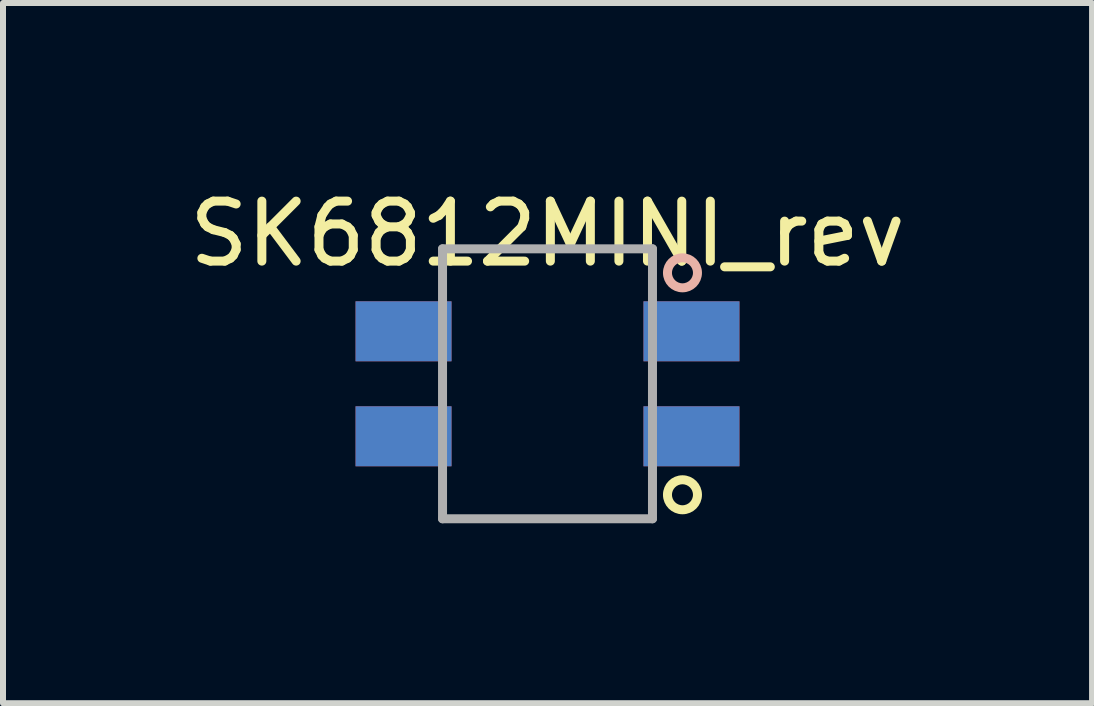
<source format=kicad_pcb>
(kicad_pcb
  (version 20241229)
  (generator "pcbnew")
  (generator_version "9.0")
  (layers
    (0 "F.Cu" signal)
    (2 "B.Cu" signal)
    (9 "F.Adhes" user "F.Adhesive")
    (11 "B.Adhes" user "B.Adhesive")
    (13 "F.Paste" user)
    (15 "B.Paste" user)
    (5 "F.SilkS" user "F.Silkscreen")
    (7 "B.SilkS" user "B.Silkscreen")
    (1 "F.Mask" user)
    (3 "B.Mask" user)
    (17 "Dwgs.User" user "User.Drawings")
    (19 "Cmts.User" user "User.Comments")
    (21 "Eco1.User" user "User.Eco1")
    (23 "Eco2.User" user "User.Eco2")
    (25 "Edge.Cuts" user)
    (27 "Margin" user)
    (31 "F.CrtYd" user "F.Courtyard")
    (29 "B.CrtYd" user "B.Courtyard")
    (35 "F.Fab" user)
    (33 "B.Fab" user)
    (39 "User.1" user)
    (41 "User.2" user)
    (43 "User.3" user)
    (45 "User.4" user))
  (footprint "SK6812MINI_rev"
    (layer "F.Cu")
    (at 6.077 3.348)
    (property "Reference" "SK6812MINI_rev" (at 0 -2.5 0) (layer "F.SilkS") (effects (font (size 1 1) (thickness 0.15))))
    (attr through_hole)
    (fp_circle (center 2.25 1.85) (end 2.25 1.6) (stroke (width 0.15) (type solid)) (fill no) (layer "F.SilkS"))
    (fp_circle (center 2.25 -1.85) (end 2.25 -2.1) (stroke (width 0.15) (type solid)) (fill no) (layer "B.SilkS"))
    (fp_line (start -1.75 -2.25) (end -1.75 2.25) (stroke (width 0.15) (type solid)) (layer "F.Fab"))
    (fp_line (start -1.75 -2.25) (end 1.75 -2.25) (stroke (width 0.15) (type solid)) (layer "F.Fab"))
    (fp_line (start 1.75 -2.25) (end 1.75 2.25) (stroke (width 0.15) (type solid)) (layer "F.Fab"))
    (fp_line (start 1.75 2.25) (end -1.75 2.25) (stroke (width 0.15) (type solid)) (layer "F.Fab"))
    (pad "1" smd rect (at -2.4 -0.875) (size 1.6 1) (layers "B.Cu" "B.Mask" "B.Paste"))
    (pad "1" smd rect (at -2.4 0.875) (size 1.6 1) (layers "F.Cu" "F.Mask" "F.Paste"))
    (pad "2" smd rect (at -2.4 -0.875) (size 1.6 1) (layers "F.Cu" "F.Mask" "F.Paste"))
    (pad "2" smd rect (at -2.4 0.875) (size 1.6 1) (layers "B.Cu" "B.Mask" "B.Paste"))
    (pad "3" smd rect (at 2.4 -0.875) (size 1.6 1) (layers "F.Cu" "F.Mask" "F.Paste"))
    (pad "3" smd rect (at 2.4 0.875) (size 1.6 1) (layers "B.Cu" "B.Mask" "B.Paste"))
    (pad "4" smd rect (at 2.4 -0.875) (size 1.6 1) (layers "B.Cu" "B.Mask" "B.Paste"))
    (pad "4" smd rect (at 2.4 0.875) (size 1.6 1) (layers "F.Cu" "F.Mask" "F.Paste")))
  (gr_rect
    (start -3 -3)
    (end 15.155 8.673)
    (stroke (width 0.1) (type default))
    (fill no)
    (layer "Edge.Cuts")))
</source>
